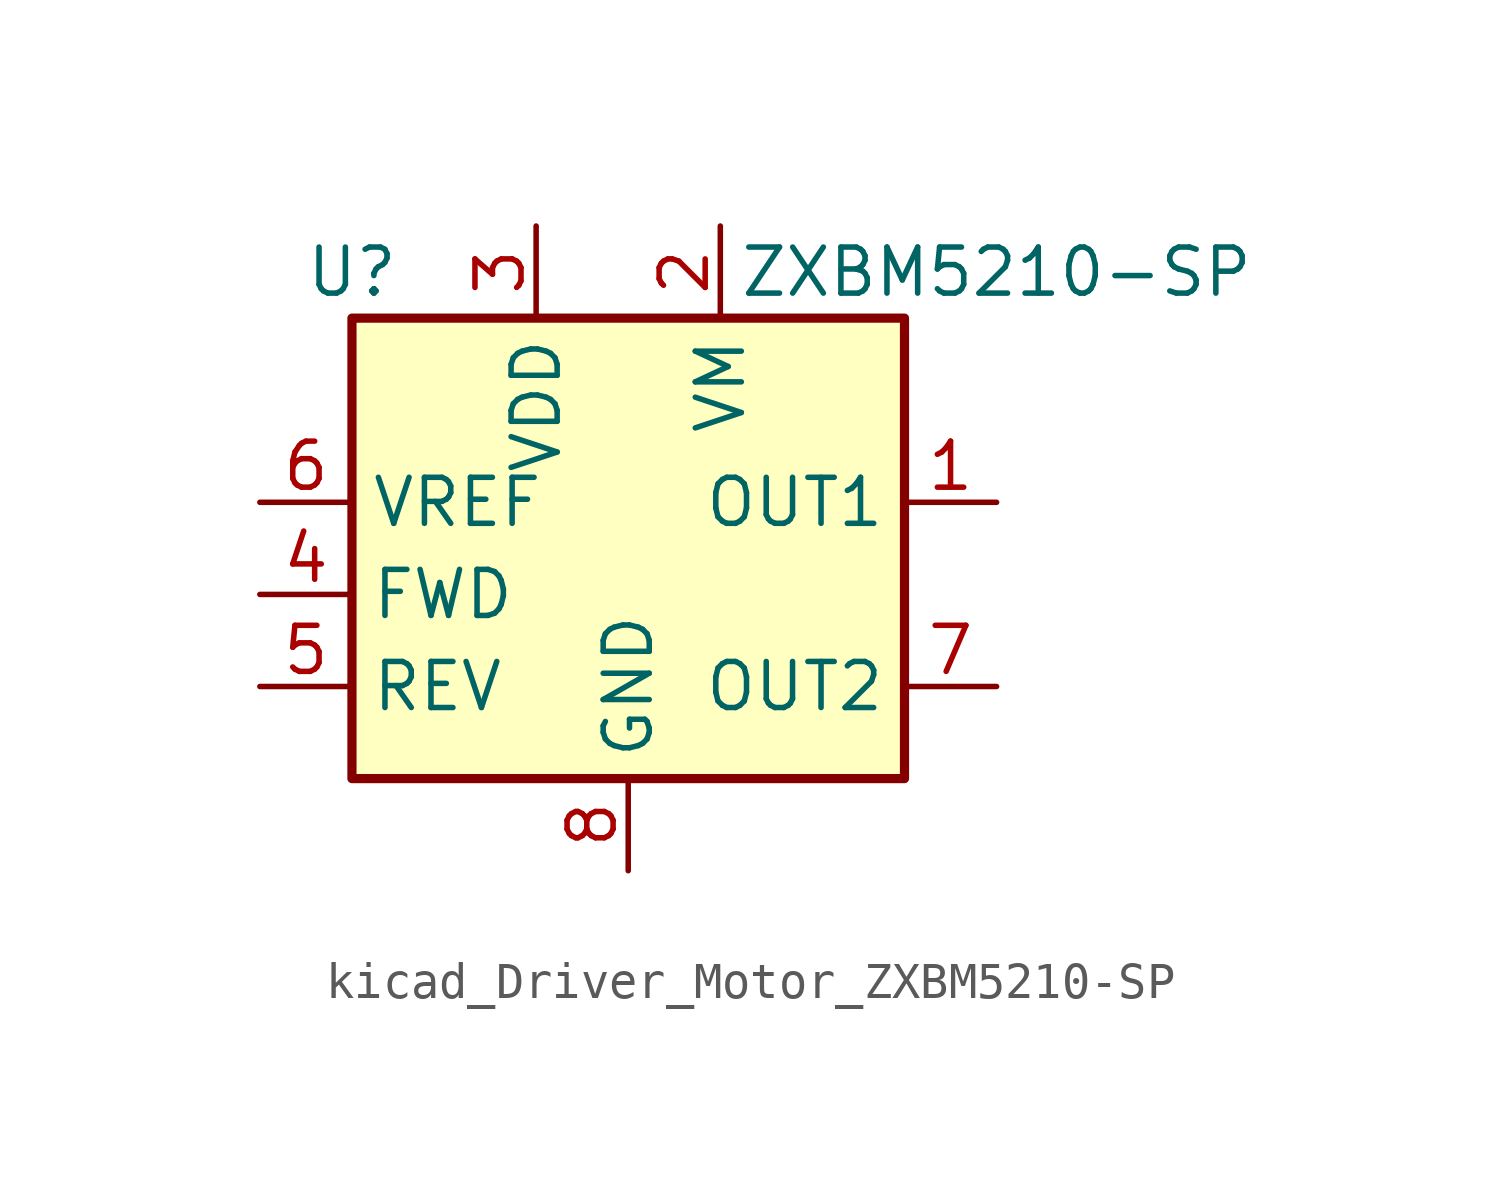
<source format=kicad_sym>
(kicad_symbol_lib
  (version 20220914)
  (generator kicad_symbol_editor)
  (symbol "kicad_Driver_Motor_ZXBM5210-SP"
    (property "Reference" "U"
      (at -7.62 8.89 0)
      (effects (font (size 1.27 1.27))))
    (property "Value" "ZXBM5210-SP"
      (at 10.16 8.89 0)
      (effects (font (size 1.27 1.27))))
    (symbol "kicad_Driver_Motor_ZXBM5210-SP_0_0"
      (pin output line (at 10.16 2.54 180) (length 2.54) (name "OUT1" (effects (font (size 1.27 1.27)))) (number "1" (effects (font (size 1.27 1.27)))))
      (pin power_in line (at 2.54 10.16 270) (length 2.54) (name "VM" (effects (font (size 1.27 1.27)))) (number "2" (effects (font (size 1.27 1.27)))))
      (pin power_in line (at -2.54 10.16 270) (length 2.54) (name "VDD" (effects (font (size 1.27 1.27)))) (number "3" (effects (font (size 1.27 1.27)))))
      (pin input line (at -10.16 0 0) (length 2.54) (name "FWD" (effects (font (size 1.27 1.27)))) (number "4" (effects (font (size 1.27 1.27)))))
      (pin input line (at -10.16 -2.54 0) (length 2.54) (name "REV" (effects (font (size 1.27 1.27)))) (number "5" (effects (font (size 1.27 1.27)))))
      (pin input line (at -10.16 2.54 0) (length 2.54) (name "VREF" (effects (font (size 1.27 1.27)))) (number "6" (effects (font (size 1.27 1.27)))))
      (pin output line (at 10.16 -2.54 180) (length 2.54) (name "OUT2" (effects (font (size 1.27 1.27)))) (number "7" (effects (font (size 1.27 1.27)))))
      (pin power_in line (at 0 -7.62 90) (length 2.54) (name "GND" (effects (font (size 1.27 1.27)))) (number "8" (effects (font (size 1.27 1.27)))))
      (pin passive line (at 0 -7.62 90) (length 2.54) hide (name "GND" (effects (font (size 1.27 1.27)))) (number "9" (effects (font (size 1.27 1.27))))))
    (symbol "kicad_Driver_Motor_ZXBM5210-SP_0_1"
      (rectangle (start -7.62 7.62) (end 7.62 -5.08) (stroke (width 0.254) (type default)) (fill (type background))))))
</source>
